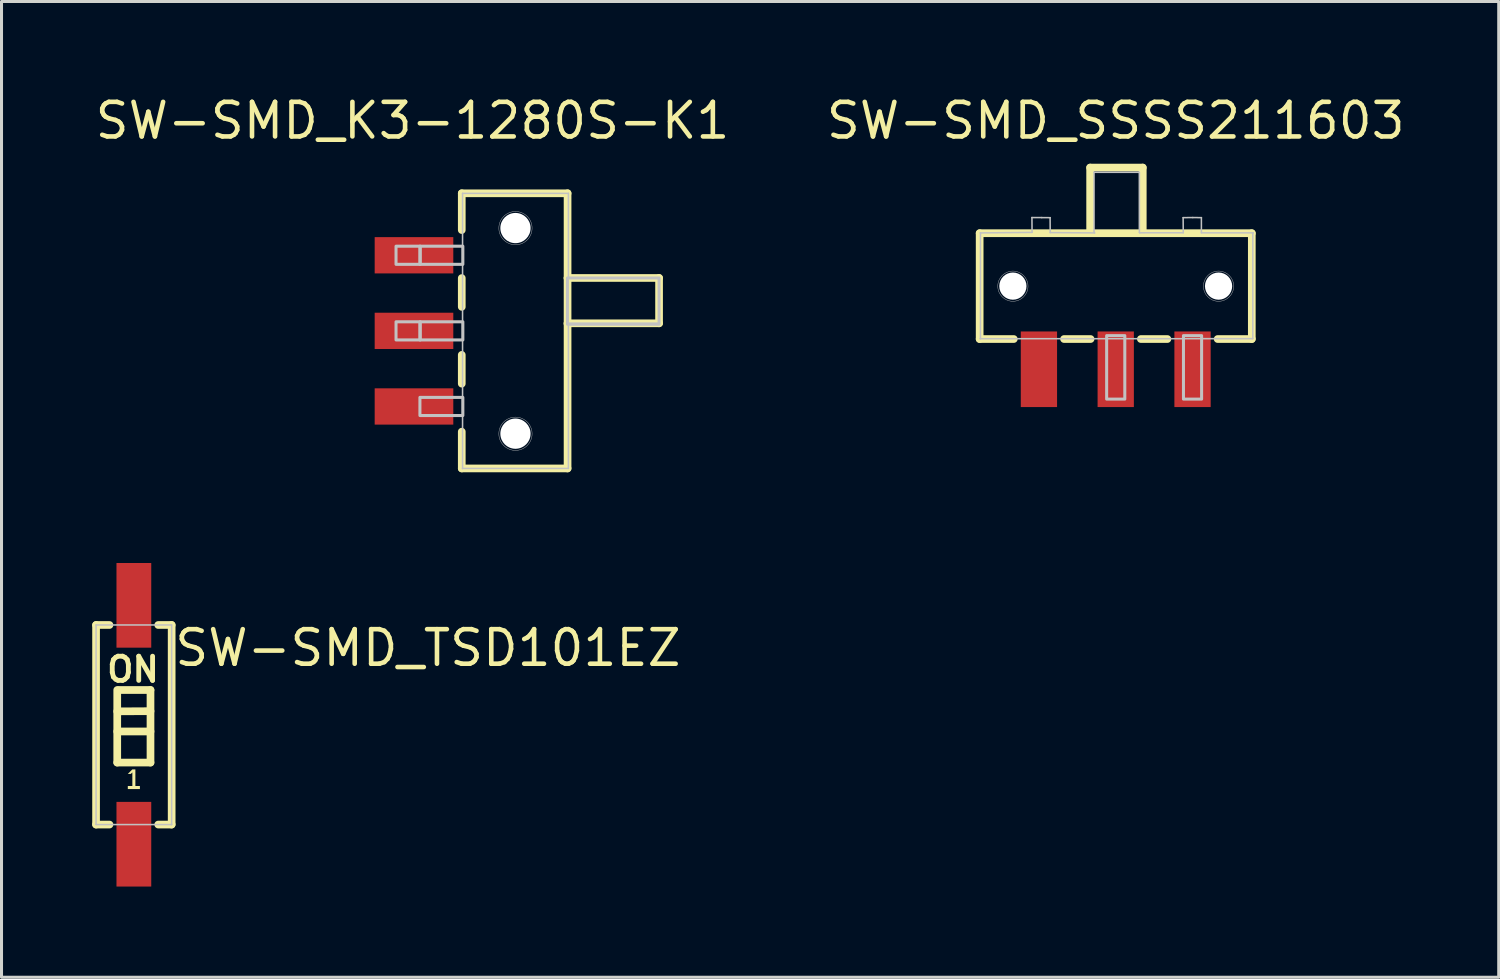
<source format=kicad_pcb>
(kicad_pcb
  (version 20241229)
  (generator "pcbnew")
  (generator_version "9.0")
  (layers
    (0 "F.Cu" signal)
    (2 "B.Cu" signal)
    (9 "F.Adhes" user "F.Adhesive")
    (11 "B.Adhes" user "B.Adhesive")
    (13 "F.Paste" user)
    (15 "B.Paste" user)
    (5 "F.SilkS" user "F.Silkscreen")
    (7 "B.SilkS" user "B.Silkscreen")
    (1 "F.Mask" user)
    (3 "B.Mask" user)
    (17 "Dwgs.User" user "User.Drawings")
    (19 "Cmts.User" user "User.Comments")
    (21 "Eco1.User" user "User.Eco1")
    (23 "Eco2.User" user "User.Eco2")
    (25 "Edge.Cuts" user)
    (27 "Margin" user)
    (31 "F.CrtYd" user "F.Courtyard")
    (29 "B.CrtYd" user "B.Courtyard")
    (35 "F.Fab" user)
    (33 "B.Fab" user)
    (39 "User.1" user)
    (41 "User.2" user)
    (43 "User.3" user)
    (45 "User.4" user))
  (footprint "SW-SMD_K3-1280S-K1"
    (layer "F.Cu")
    (at 10.591 7.892)
    (property "Reference" "SW-SMD_K3-1280S-K1" (at 0 -7.62 0) (layer "F.SilkS") (effects (font (size 1.143 1.143) (thickness 0.152)) (justify top)))
    (attr smd)
    (fp_line (start 1.63 -4.55) (end 1.63 -3.334) (stroke (width 0.254) (type solid)) (layer "F.SilkS"))
    (fp_line (start 1.63 -4.55) (end 5.129 -4.55) (stroke (width 0.254) (type solid)) (layer "F.SilkS"))
    (fp_line (start 1.63 -1.746) (end 1.63 -0.794) (stroke (width 0.254) (type solid)) (layer "F.SilkS"))
    (fp_line (start 1.63 0.794) (end 1.63 1.746) (stroke (width 0.254) (type solid)) (layer "F.SilkS"))
    (fp_line (start 1.63 3.334) (end 1.63 4.55) (stroke (width 0.254) (type solid)) (layer "F.SilkS"))
    (fp_line (start 5.129 -4.55) (end 5.129 4.55) (stroke (width 0.254) (type solid)) (layer "F.SilkS"))
    (fp_line (start 5.129 -1.75) (end 5.129 -1.739) (stroke (width 0.254) (type solid)) (layer "F.SilkS"))
    (fp_line (start 5.129 -0.25) (end 5.129 -0.229) (stroke (width 0.254) (type solid)) (layer "F.SilkS"))
    (fp_line (start 5.129 4.55) (end 1.63 4.55) (stroke (width 0.254) (type solid)) (layer "F.SilkS"))
    (fp_line (start 8.155 -1.75) (end 5.129 -1.75) (stroke (width 0.254) (type solid)) (layer "F.SilkS"))
    (fp_line (start 8.155 -1.75) (end 8.155 -0.25) (stroke (width 0.254) (type solid)) (layer "F.SilkS"))
    (fp_line (start 8.155 -0.25) (end 5.129 -0.25) (stroke (width 0.254) (type solid)) (layer "F.SilkS"))
    (fp_line (start 1.656 -4.547) (end 5.156 -4.547) (stroke (width 0.051) (type solid)) (layer "Dwgs.User"))
    (fp_line (start 1.656 4.55) (end 1.656 -4.547) (stroke (width 0.051) (type solid)) (layer "Dwgs.User"))
    (fp_line (start 1.656 4.55) (end 1.656 4.55) (stroke (width 0.051) (type solid)) (layer "Dwgs.User"))
    (fp_line (start 5.156 -4.547) (end 5.156 -1.75) (stroke (width 0.051) (type solid)) (layer "Dwgs.User"))
    (fp_line (start 5.156 -1.75) (end 8.156 -1.75) (stroke (width 0.051) (type solid)) (layer "Dwgs.User"))
    (fp_line (start 5.156 -0.25) (end 5.156 4.55) (stroke (width 0.051) (type solid)) (layer "Dwgs.User"))
    (fp_line (start 5.156 4.55) (end 1.656 4.55) (stroke (width 0.051) (type solid)) (layer "Dwgs.User"))
    (fp_line (start 8.156 -1.75) (end 8.156 -0.25) (stroke (width 0.051) (type solid)) (layer "Dwgs.User"))
    (fp_line (start 8.156 -0.25) (end 5.156 -0.25) (stroke (width 0.051) (type solid)) (layer "Dwgs.User"))
    (fp_arc (start 3.956 -3.394) (mid 2.855976 -3.403024) (end 3.956033 -3.399952) (stroke (width 0.013) (type solid)) (layer "Dwgs.User"))
    (fp_arc (start 3.956 3.406) (mid 2.855976 3.396976) (end 3.956033 3.400048) (stroke (width 0.013) (type solid)) (layer "Dwgs.User"))
    (fp_poly (pts (xy -0.544 -2.2) (xy -0.544 -2.8) (xy 0.256 -2.8) (xy 0.256 -2.2) (xy -0.544 -2.2)) (stroke (width 0.1) (type solid)) (fill no) (layer "Dwgs.User"))
    (fp_poly (pts (xy -0.544 0.3) (xy -0.544 -0.3) (xy 0.256 -0.3) (xy 0.256 0.3) (xy -0.544 0.3)) (stroke (width 0.1) (type solid)) (fill no) (layer "Dwgs.User"))
    (fp_poly (pts (xy 0.246 -2.2) (xy 0.246 -2.8) (xy 1.666 -2.8) (xy 1.666 -2.2) (xy 0.246 -2.2)) (stroke (width 0.1) (type solid)) (fill no) (layer "Dwgs.User"))
    (fp_poly (pts (xy 0.246 0.3) (xy 0.246 -0.3) (xy 1.666 -0.3) (xy 1.666 0.3) (xy 0.246 0.3)) (stroke (width 0.1) (type solid)) (fill no) (layer "Dwgs.User"))
    (fp_poly (pts (xy 0.246 2.8) (xy 0.246 2.2) (xy 1.666 2.2) (xy 1.666 2.8) (xy 0.246 2.8)) (stroke (width 0.1) (type solid)) (fill no) (layer "Dwgs.User"))
    (fp_poly (pts (xy 8.155 -1.75) (xy 8.155 -0.22) (xy 5.125 -0.22) (xy 5.125 -1.75) (xy 8.155 -1.75)) (stroke (width 0.1) (type solid)) (fill no) (layer "Dwgs.User"))
    (pad "" np_thru_hole circle (at 3.406 -3.4) (size 1 1) (drill 1) (layers "*.Cu" "*.Mask"))
    (pad "" np_thru_hole circle (at 3.406 3.4) (size 1 1) (drill 1) (layers "*.Cu" "*.Mask"))
    (pad "1" smd rect (at 0.05 -2.5) (size 2.6 1.2) (layers "F.Cu" "F.Mask" "F.Paste"))
    (pad "2" smd rect (at 0.05 0) (size 2.6 1.2) (layers "F.Cu" "F.Mask" "F.Paste"))
    (pad "3" smd rect (at 0.05 2.5) (size 2.6 1.2) (layers "F.Cu" "F.Mask" "F.Paste")))
  (footprint "SW-SMD_SSSS211603"
    (layer "F.Cu")
    (at 33.848 9.162)
    (property "Reference" "SW-SMD_SSSS211603" (at 0 -8.89 0) (layer "F.SilkS") (effects (font (size 1.143 1.143) (thickness 0.152)) (justify top)))
    (attr smd)
    (fp_line (start -4.5 -4.5) (end -4.5 -1) (stroke (width 0.254) (type solid)) (layer "F.SilkS"))
    (fp_line (start -4.5 -1) (end -3.371 -1) (stroke (width 0.254) (type solid)) (layer "F.SilkS"))
    (fp_line (start -1.709 -1) (end -0.831 -1) (stroke (width 0.254) (type solid)) (layer "F.SilkS"))
    (fp_line (start -0.846 -6.67) (end 0.894 -6.67) (stroke (width 0.254) (type solid)) (layer "F.SilkS"))
    (fp_line (start -0.846 -4.5) (end -0.846 -6.67) (stroke (width 0.254) (type solid)) (layer "F.SilkS"))
    (fp_line (start 0.831 -1) (end 1.709 -1) (stroke (width 0.254) (type solid)) (layer "F.SilkS"))
    (fp_line (start 0.894 -6.67) (end 0.894 -4.5) (stroke (width 0.254) (type solid)) (layer "F.SilkS"))
    (fp_line (start 3.371 -1) (end 4.5 -1) (stroke (width 0.254) (type solid)) (layer "F.SilkS"))
    (fp_line (start 4.5 -4.5) (end -4.5 -4.5) (stroke (width 0.254) (type solid)) (layer "F.SilkS"))
    (fp_line (start 4.5 -1) (end 4.5 -4.5) (stroke (width 0.254) (type solid)) (layer "F.SilkS"))
    (fp_line (start -4.478 -1.011) (end 2.831 -1.012) (stroke (width 0.051) (type solid)) (layer "Dwgs.User"))
    (fp_line (start -4.473 -4.511) (end -4.473 -1.016) (stroke (width 0.051) (type solid)) (layer "Dwgs.User"))
    (fp_line (start -4.473 -1.016) (end -4.478 -1.011) (stroke (width 0.051) (type solid)) (layer "Dwgs.User"))
    (fp_line (start -4.472 -4.51) (end -4.473 -4.511) (stroke (width 0.051) (type solid)) (layer "Dwgs.User"))
    (fp_line (start -2.771 -5.018) (end -2.767 -4.526) (stroke (width 0.051) (type solid)) (layer "Dwgs.User"))
    (fp_line (start -2.767 -4.526) (end -4.472 -4.51) (stroke (width 0.051) (type solid)) (layer "Dwgs.User"))
    (fp_line (start -2.45 -5.016) (end -2.771 -5.018) (stroke (width 0.051) (type solid)) (layer "Dwgs.User"))
    (fp_line (start -2.17 -5.013) (end -2.45 -5.016) (stroke (width 0.051) (type solid)) (layer "Dwgs.User"))
    (fp_line (start -2.167 -4.52) (end -2.17 -5.013) (stroke (width 0.051) (type solid)) (layer "Dwgs.User"))
    (fp_line (start -0.718 -6.515) (end -0.718 -4.53) (stroke (width 0.051) (type solid)) (layer "Dwgs.User"))
    (fp_line (start -0.718 -4.53) (end -0.698 -4.51) (stroke (width 0.051) (type solid)) (layer "Dwgs.User"))
    (fp_line (start -0.698 -4.51) (end -2.167 -4.52) (stroke (width 0.051) (type solid)) (layer "Dwgs.User"))
    (fp_line (start 0.772 -6.515) (end -0.718 -6.515) (stroke (width 0.051) (type solid)) (layer "Dwgs.User"))
    (fp_line (start 0.783 -6.504) (end 0.772 -6.515) (stroke (width 0.051) (type solid)) (layer "Dwgs.User"))
    (fp_line (start 0.783 -4.524) (end 0.783 -6.504) (stroke (width 0.051) (type solid)) (layer "Dwgs.User"))
    (fp_line (start 0.794 -4.513) (end 0.783 -4.524) (stroke (width 0.051) (type solid)) (layer "Dwgs.User"))
    (fp_line (start 2.229 -5.014) (end 2.233 -4.515) (stroke (width 0.051) (type solid)) (layer "Dwgs.User"))
    (fp_line (start 2.233 -4.515) (end 0.794 -4.513) (stroke (width 0.051) (type solid)) (layer "Dwgs.User"))
    (fp_line (start 2.548 -5.018) (end 2.229 -5.014) (stroke (width 0.051) (type solid)) (layer "Dwgs.User"))
    (fp_line (start 2.831 -1.012) (end 4.534 -1.012) (stroke (width 0.051) (type solid)) (layer "Dwgs.User"))
    (fp_line (start 2.833 -5.014) (end 2.548 -5.018) (stroke (width 0.051) (type solid)) (layer "Dwgs.User"))
    (fp_line (start 2.833 -4.513) (end 2.833 -5.014) (stroke (width 0.051) (type solid)) (layer "Dwgs.User"))
    (fp_line (start 4.534 -4.507) (end 4.54 -4.513) (stroke (width 0.051) (type solid)) (layer "Dwgs.User"))
    (fp_line (start 4.534 -1.012) (end 4.534 -4.507) (stroke (width 0.051) (type solid)) (layer "Dwgs.User"))
    (fp_line (start 4.54 -4.513) (end 2.833 -4.513) (stroke (width 0.051) (type solid)) (layer "Dwgs.User"))
    (fp_arc (start -3.151 -2.745) (mid -3.65104 -2.752251) (end -3.150951 -2.750499) (stroke (width 0.051) (type solid)) (layer "Dwgs.User"))
    (fp_arc (start -2.901 -2.745) (mid -3.90102 -2.752295) (end -2.900975 -2.750411) (stroke (width 0.013) (type solid)) (layer "Dwgs.User"))
    (fp_arc (start 3.651 -2.745) (mid 3.15096 -2.752251) (end 3.651049 -2.750499) (stroke (width 0.051) (type solid)) (layer "Dwgs.User"))
    (fp_arc (start 3.901 -2.745) (mid 2.90098 -2.752295) (end 3.901025 -2.750411) (stroke (width 0.013) (type solid)) (layer "Dwgs.User"))
    (fp_poly (pts (xy -0.3 -1.113) (xy 0.3 -1.113) (xy 0.3 0.987) (xy -0.3 0.987) (xy -0.3 -1.113)) (stroke (width 0.1) (type solid)) (fill no) (layer "Dwgs.User"))
    (fp_poly (pts (xy 2.24 -1.113) (xy 2.84 -1.113) (xy 2.84 0.987) (xy 2.24 0.987) (xy 2.24 -1.113)) (stroke (width 0.1) (type solid)) (fill no) (layer "Dwgs.User"))
    (pad "" np_thru_hole circle (at -3.401 -2.75) (size 0.9 0.9) (drill 0.9) (layers "*.Cu" "*.Mask"))
    (pad "" np_thru_hole circle (at 3.401 -2.75) (size 0.9 0.9) (drill 0.9) (layers "*.Cu" "*.Mask"))
    (pad "1" smd rect (at -2.54 0) (size 1.2 2.5) (layers "F.Cu" "F.Mask" "F.Paste"))
    (pad "2" smd rect (at 0 0) (size 1.2 2.5) (layers "F.Cu" "F.Mask" "F.Paste"))
    (pad "3" smd rect (at 2.54 0) (size 1.2 2.5) (layers "F.Cu" "F.Mask" "F.Paste")))
  (footprint "SW-SMD_TSD101EZ"
    (layer "F.Cu")
    (at 1.377 20.919)
    (property "Reference" "SW-SMD_TSD101EZ" (at 1.27 -2.54 0) (layer "F.SilkS") (effects (font (size 1.143 1.143) (thickness 0.152)) (justify left)))
    (attr smd)
    (fp_line (start -1.25 -3.3) (end -0.806 -3.3) (stroke (width 0.254) (type solid)) (layer "F.SilkS"))
    (fp_line (start -1.25 3.3) (end -1.25 -3.3) (stroke (width 0.254) (type solid)) (layer "F.SilkS"))
    (fp_line (start -0.806 3.3) (end -1.25 3.3) (stroke (width 0.254) (type solid)) (layer "F.SilkS"))
    (fp_line (start -0.55 -1.15) (end -0.55 1.25) (stroke (width 0.254) (type solid)) (layer "F.SilkS"))
    (fp_line (start -0.55 -0.444) (end 0.55 -0.45) (stroke (width 0.254) (type solid)) (layer "F.SilkS"))
    (fp_line (start -0.55 0.221) (end 0.55 0.221) (stroke (width 0.254) (type solid)) (layer "F.SilkS"))
    (fp_line (start -0.55 1.25) (end 0.55 1.25) (stroke (width 0.254) (type solid)) (layer "F.SilkS"))
    (fp_line (start 0.55 -1.15) (end -0.5 -1.15) (stroke (width 0.254) (type solid)) (layer "F.SilkS"))
    (fp_line (start 0.55 1.25) (end 0.55 -1.15) (stroke (width 0.254) (type solid)) (layer "F.SilkS"))
    (fp_line (start 0.806 -3.3) (end 1.25 -3.3) (stroke (width 0.254) (type solid)) (layer "F.SilkS"))
    (fp_line (start 1.25 -3.3) (end 1.25 3.3) (stroke (width 0.254) (type solid)) (layer "F.SilkS"))
    (fp_line (start 1.25 3.3) (end 0.806 3.3) (stroke (width 0.254) (type solid)) (layer "F.SilkS"))
    (fp_poly (pts (xy -0.1 1.625) (xy -0.2 1.625) (xy -0.05 1.475) (xy 0.05 1.475) (xy 0.05 2.025) (xy 0.2 2.025) (xy 0.2 2.125) (xy -0.2 2.125) (xy -0.2 2.025) (xy -0.05 2.025) (xy -0.05 1.575) (xy -0.1 1.625)) (stroke (width 0) (type solid)) (fill yes) (layer "F.SilkS"))
    (fp_line (start -1.25 -3.3) (end 1.25 -3.3) (stroke (width 0.051) (type solid)) (layer "Dwgs.User"))
    (fp_line (start -1.25 3.3) (end -1.25 -3.3) (stroke (width 0.051) (type solid)) (layer "Dwgs.User"))
    (fp_line (start 1.25 -3.3) (end 1.25 3.3) (stroke (width 0.051) (type solid)) (layer "Dwgs.User"))
    (fp_line (start 1.25 3.3) (end -1.25 3.3) (stroke (width 0.051) (type solid)) (layer "Dwgs.User"))
    (fp_text user "ON" (at -0.029 -1.83 0) (unlocked yes) (layer "F.SilkS") (effects (font (size 0.8 0.8) (thickness 0.16) (bold yes))))
    (pad "1" smd rect (at 0 3.95) (size 1.15 2.8) (layers "F.Cu" "F.Mask" "F.Paste"))
    (pad "2" smd rect (at 0 -3.95) (size 1.15 2.8) (layers "F.Cu" "F.Mask" "F.Paste")))
  (gr_rect
    (start -3 -3)
    (end 46.514 29.269)
    (stroke (width 0.1) (type default))
    (fill no)
    (layer "Edge.Cuts")))
</source>
